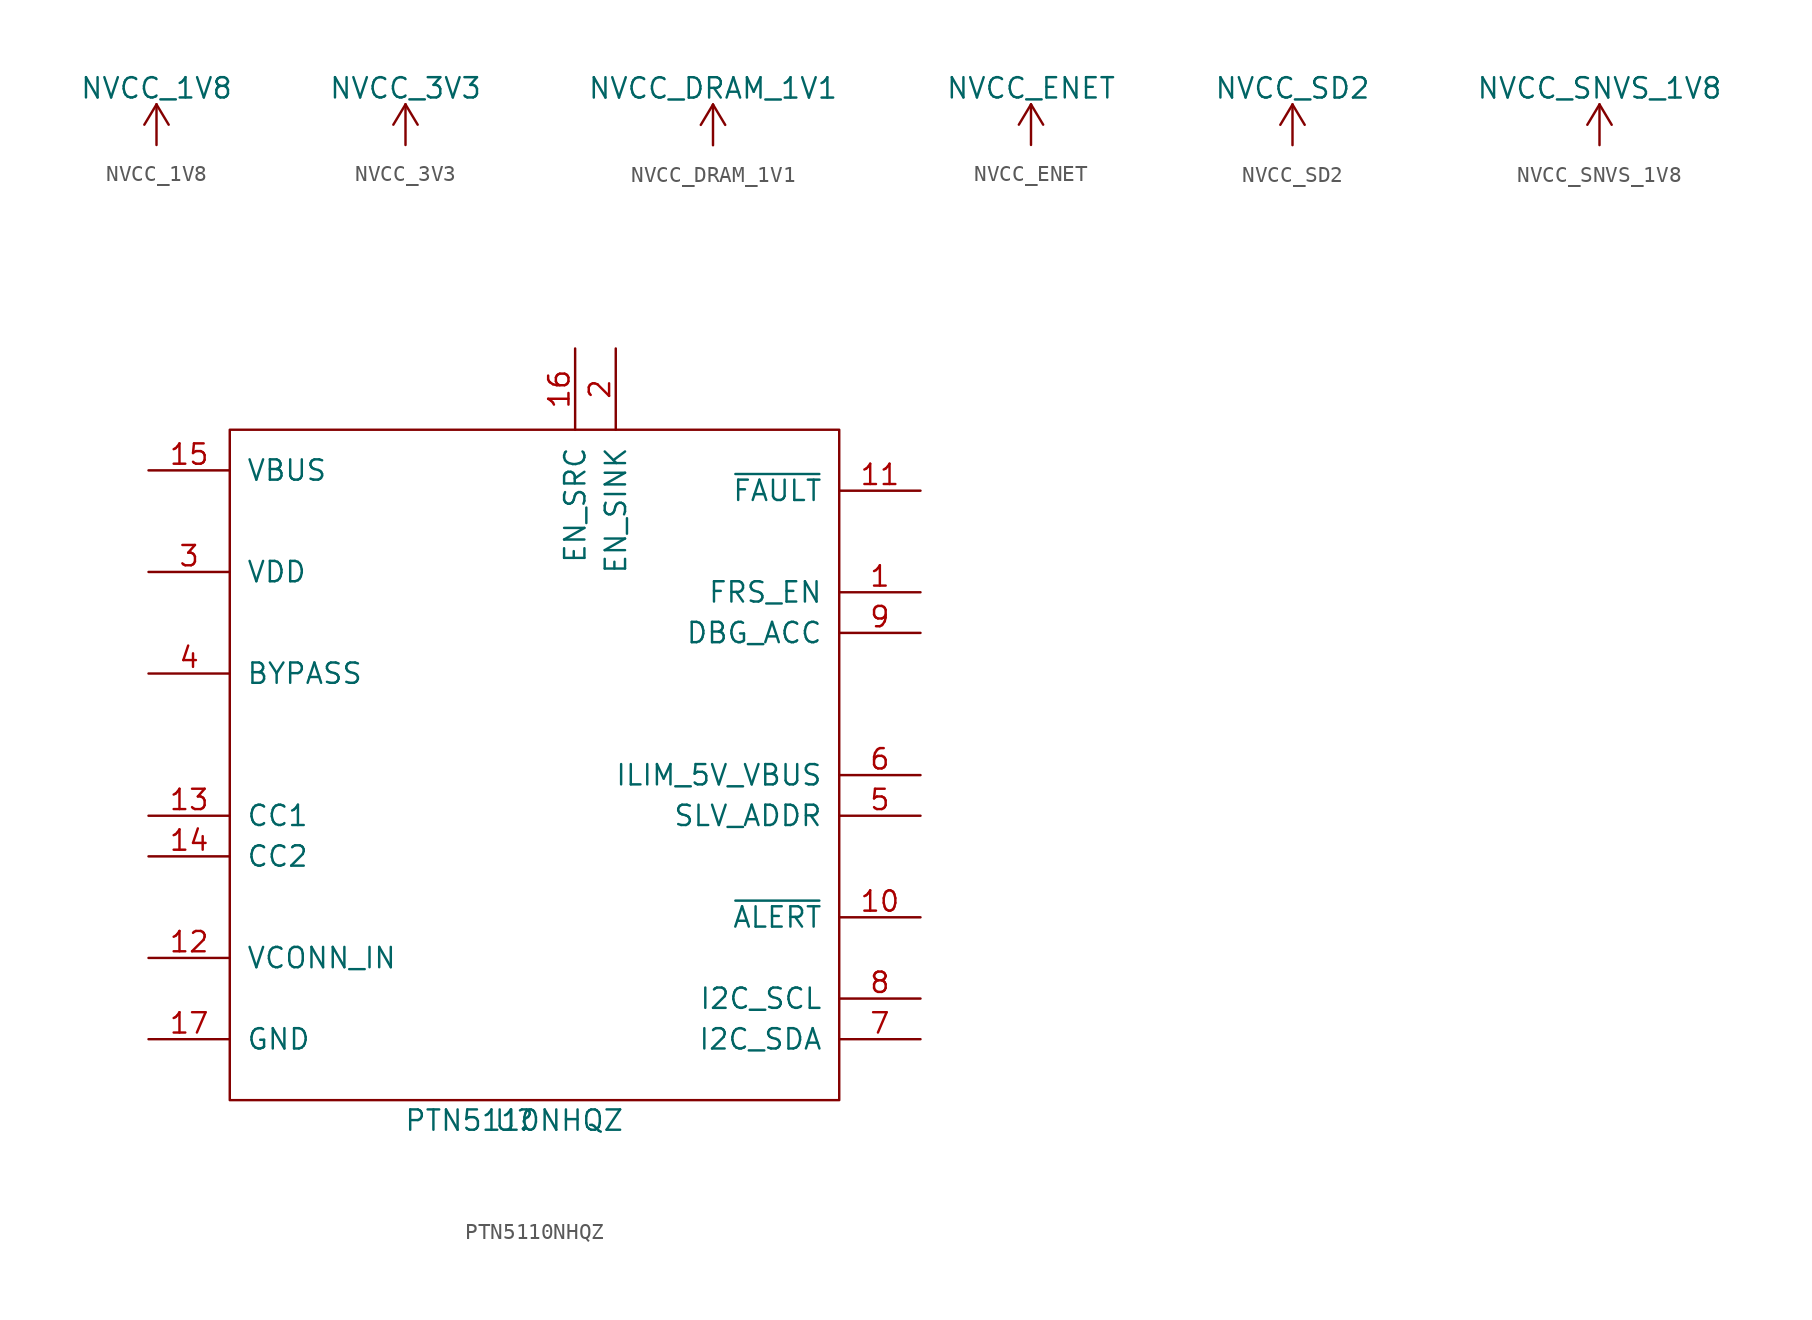
<source format=kicad_sym>
(kicad_symbol_lib
  (version 20201005)
  (generator kicad_symbol_editor)
  (symbol "kimchi_ulid:NVCC_1V8"
    (power)
    (pin_names
      (offset 0))
    (property "Reference" "#PWR"
      (at 0 -3.81 0)
      (effects (font (size 1.27 1.27)) hide))
    (property "Value" "NVCC_1V8"
      (at 0 3.556 0)
      (effects (font (size 1.27 1.27))))
    (symbol "NVCC_1V8_0_1"
      (polyline (pts (xy -0.762 1.27) (xy 0 2.54)) (stroke (width 0)) (fill (type none)))
      (polyline (pts (xy 0 0) (xy 0 2.54)) (stroke (width 0)) (fill (type none)))
      (polyline (pts (xy 0 2.54) (xy 0.762 1.27)) (stroke (width 0)) (fill (type none))))
    (symbol "NVCC_1V8_1_1"
      (pin power_in line (at 0 0 90) (length 0) hide (name "NVCC_1V8" (effects (font (size 1.27 1.27)))) (number "1" (effects (font (size 1.27 1.27)))))))
  (symbol "kimchi_ulid:NVCC_3V3"
    (power)
    (pin_names
      (offset 0))
    (property "Reference" "#PWR"
      (at 0 -3.81 0)
      (effects (font (size 1.27 1.27)) hide))
    (property "Value" "NVCC_3V3"
      (at 0 3.556 0)
      (effects (font (size 1.27 1.27))))
    (symbol "NVCC_3V3_0_1"
      (polyline (pts (xy -0.762 1.27) (xy 0 2.54)) (stroke (width 0)) (fill (type none)))
      (polyline (pts (xy 0 0) (xy 0 2.54)) (stroke (width 0)) (fill (type none)))
      (polyline (pts (xy 0 2.54) (xy 0.762 1.27)) (stroke (width 0)) (fill (type none))))
    (symbol "NVCC_3V3_1_1"
      (pin power_in line (at 0 0 90) (length 0) hide (name "NVCC_3V3" (effects (font (size 1.27 1.27)))) (number "1" (effects (font (size 1.27 1.27)))))))
  (symbol "kimchi_ulid:NVCC_DRAM_1V1"
    (power)
    (pin_names
      (offset 0))
    (property "Reference" "#PWR"
      (at 0 -3.81 0)
      (effects (font (size 1.27 1.27)) hide))
    (property "Value" "NVCC_DRAM_1V1"
      (at 0 3.556 0)
      (effects (font (size 1.27 1.27))))
    (symbol "NVCC_DRAM_1V1_0_1"
      (polyline (pts (xy -0.762 1.27) (xy 0 2.54)) (stroke (width 0)) (fill (type none)))
      (polyline (pts (xy 0 0) (xy 0 2.54)) (stroke (width 0)) (fill (type none)))
      (polyline (pts (xy 0 2.54) (xy 0.762 1.27)) (stroke (width 0)) (fill (type none))))
    (symbol "NVCC_DRAM_1V1_1_1"
      (pin power_in line (at 0 0 90) (length 0) hide (name "NVCC_DRAM_1V1" (effects (font (size 1.27 1.27)))) (number "1" (effects (font (size 1.27 1.27)))))))
  (symbol "kimchi_ulid:NVCC_ENET"
    (power)
    (pin_names
      (offset 0))
    (property "Reference" "#PWR"
      (at 0 -3.81 0)
      (effects (font (size 1.27 1.27)) hide))
    (property "Value" "NVCC_ENET"
      (at 0 3.556 0)
      (effects (font (size 1.27 1.27))))
    (symbol "NVCC_ENET_0_1"
      (polyline (pts (xy -0.762 1.27) (xy 0 2.54)) (stroke (width 0)) (fill (type none)))
      (polyline (pts (xy 0 0) (xy 0 2.54)) (stroke (width 0)) (fill (type none)))
      (polyline (pts (xy 0 2.54) (xy 0.762 1.27)) (stroke (width 0)) (fill (type none))))
    (symbol "NVCC_ENET_1_1"
      (pin power_in line (at 0 0 90) (length 0) hide (name "NVCC_ENET" (effects (font (size 1.27 1.27)))) (number "1" (effects (font (size 1.27 1.27)))))))
  (symbol "kimchi_ulid:NVCC_SD2"
    (power)
    (pin_names
      (offset 0))
    (property "Reference" "#PWR"
      (at 0 -3.81 0)
      (effects (font (size 1.27 1.27)) hide))
    (property "Value" "NVCC_SD2"
      (at 0 3.556 0)
      (effects (font (size 1.27 1.27))))
    (symbol "NVCC_SD2_0_1"
      (polyline (pts (xy -0.762 1.27) (xy 0 2.54)) (stroke (width 0)) (fill (type none)))
      (polyline (pts (xy 0 0) (xy 0 2.54)) (stroke (width 0)) (fill (type none)))
      (polyline (pts (xy 0 2.54) (xy 0.762 1.27)) (stroke (width 0)) (fill (type none))))
    (symbol "NVCC_SD2_1_1"
      (pin power_in line (at 0 0 90) (length 0) hide (name "NVCC_SD2" (effects (font (size 1.27 1.27)))) (number "1" (effects (font (size 1.27 1.27)))))))
  (symbol "kimchi_ulid:NVCC_SNVS_1V8"
    (power)
    (pin_names
      (offset 0))
    (property "Reference" "#PWR"
      (at 0 -3.81 0)
      (effects (font (size 1.27 1.27)) hide))
    (property "Value" "NVCC_SNVS_1V8"
      (at 0 3.556 0)
      (effects (font (size 1.27 1.27))))
    (symbol "NVCC_SNVS_1V8_0_1"
      (polyline (pts (xy -0.762 1.27) (xy 0 2.54)) (stroke (width 0)) (fill (type none)))
      (polyline (pts (xy 0 0) (xy 0 2.54)) (stroke (width 0)) (fill (type none)))
      (polyline (pts (xy 0 2.54) (xy 0.762 1.27)) (stroke (width 0)) (fill (type none))))
    (symbol "NVCC_SNVS_1V8_1_1"
      (pin power_in line (at 0 0 90) (length 0) hide (name "NVCC_SNVS_1V8" (effects (font (size 1.27 1.27)))) (number "1" (effects (font (size 1.27 1.27)))))))
  (symbol "kimchi_ulid:PTN5110NHQZ"
    (pin_names
      (offset 1.016))
    (property "Reference" "U"
      (at -1.27 -24.13 0)
      (effects (font (size 1.27 1.27))))
    (property "Value" "PTN5110NHQZ"
      (at -1.27 -24.13 0)
      (effects (font (size 1.27 1.27))))
    (symbol "PTN5110NHQZ_0_1"
      (rectangle (start -19.05 19.05) (end 19.05 -22.86) (stroke (width 0)) (fill (type none))))
    (symbol "PTN5110NHQZ_1_1"
      (pin output line (at 24.13 8.89 180) (length 5.08) (name "FRS_EN" (effects (font (size 1.27 1.27)))) (number "1" (effects (font (size 1.27 1.27)))))
      (pin output line (at 24.13 -11.43 180) (length 5.08) (name "~ALERT" (effects (font (size 1.27 1.27)))) (number "10" (effects (font (size 1.27 1.27)))))
      (pin open_collector line (at 24.13 15.24 180) (length 5.08) (name "~FAULT" (effects (font (size 1.27 1.27)))) (number "11" (effects (font (size 1.27 1.27)))))
      (pin input line (at -24.13 -13.97 0) (length 5.08) (name "VCONN_IN" (effects (font (size 1.27 1.27)))) (number "12" (effects (font (size 1.27 1.27)))))
      (pin bidirectional line (at -24.13 -5.08 0) (length 5.08) (name "CC1" (effects (font (size 1.27 1.27)))) (number "13" (effects (font (size 1.27 1.27)))))
      (pin bidirectional line (at -24.13 -7.62 0) (length 5.08) (name "CC2" (effects (font (size 1.27 1.27)))) (number "14" (effects (font (size 1.27 1.27)))))
      (pin power_in line (at -24.13 16.51 0) (length 5.08) (name "VBUS" (effects (font (size 1.27 1.27)))) (number "15" (effects (font (size 1.27 1.27)))))
      (pin output line (at 2.54 24.13 270) (length 5.08) (name "EN_SRC" (effects (font (size 1.27 1.27)))) (number "16" (effects (font (size 1.27 1.27)))))
      (pin passive line (at -24.13 -19.05 0) (length 5.08) (name "GND" (effects (font (size 1.27 1.27)))) (number "17" (effects (font (size 1.27 1.27)))))
      (pin output line (at 5.08 24.13 270) (length 5.08) (name "EN_SINK" (effects (font (size 1.27 1.27)))) (number "2" (effects (font (size 1.27 1.27)))))
      (pin power_in line (at -24.13 10.16 0) (length 5.08) (name "VDD" (effects (font (size 1.27 1.27)))) (number "3" (effects (font (size 1.27 1.27)))))
      (pin passive line (at -24.13 3.81 0) (length 5.08) (name "BYPASS" (effects (font (size 1.27 1.27)))) (number "4" (effects (font (size 1.27 1.27)))))
      (pin passive line (at 24.13 -5.08 180) (length 5.08) (name "SLV_ADDR" (effects (font (size 1.27 1.27)))) (number "5" (effects (font (size 1.27 1.27)))))
      (pin passive line (at 24.13 -2.54 180) (length 5.08) (name "ILIM_5V_VBUS" (effects (font (size 1.27 1.27)))) (number "6" (effects (font (size 1.27 1.27)))))
      (pin bidirectional line (at 24.13 -19.05 180) (length 5.08) (name "I2C_SDA" (effects (font (size 1.27 1.27)))) (number "7" (effects (font (size 1.27 1.27)))))
      (pin input line (at 24.13 -16.51 180) (length 5.08) (name "I2C_SCL" (effects (font (size 1.27 1.27)))) (number "8" (effects (font (size 1.27 1.27)))))
      (pin passive line (at 24.13 6.35 180) (length 5.08) (name "DBG_ACC" (effects (font (size 1.27 1.27)))) (number "9" (effects (font (size 1.27 1.27))))))))
</source>
